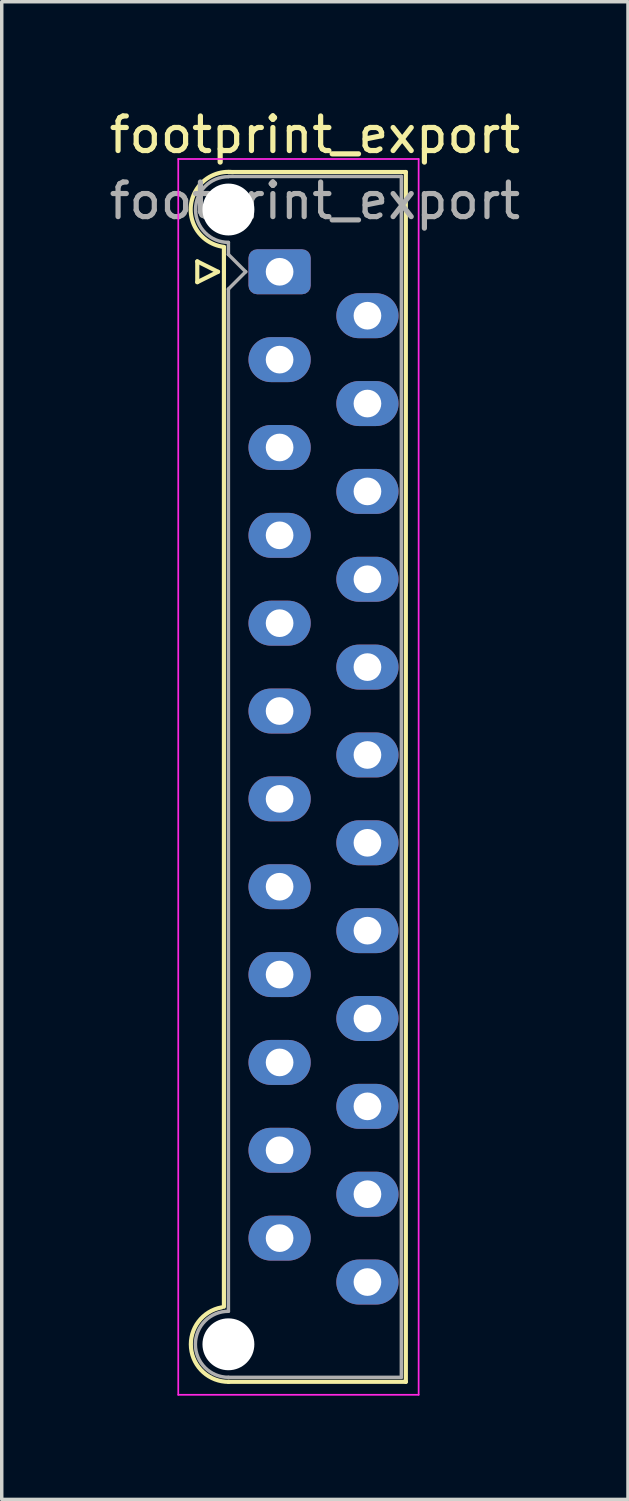
<source format=kicad_pcb>
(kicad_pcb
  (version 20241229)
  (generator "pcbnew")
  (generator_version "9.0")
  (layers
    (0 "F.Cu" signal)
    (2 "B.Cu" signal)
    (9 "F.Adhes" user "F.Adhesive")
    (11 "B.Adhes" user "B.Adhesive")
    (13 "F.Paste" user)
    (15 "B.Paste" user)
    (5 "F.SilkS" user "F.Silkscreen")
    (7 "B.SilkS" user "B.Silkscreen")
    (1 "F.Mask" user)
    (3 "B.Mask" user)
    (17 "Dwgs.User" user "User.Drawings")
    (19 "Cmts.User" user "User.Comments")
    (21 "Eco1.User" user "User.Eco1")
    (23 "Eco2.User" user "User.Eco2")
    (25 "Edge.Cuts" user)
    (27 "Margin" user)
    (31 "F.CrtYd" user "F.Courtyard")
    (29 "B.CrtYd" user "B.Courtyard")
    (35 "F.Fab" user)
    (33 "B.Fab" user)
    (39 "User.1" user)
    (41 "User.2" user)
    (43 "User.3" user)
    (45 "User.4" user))
  (footprint "footprint_export"
    (layer "F.Cu")
    (at 5.034 4.808)
    (property "Reference" "footprint_export" (at 1.02 -3.96 0) (layer "F.SilkS") (effects (font (size 1 1) (thickness 0.15))))
    (attr through_hole)
    (fp_line (start -2.38 -0.3) (end -2.38 0.3) (stroke (width 0.12) (type solid)) (layer "F.SilkS"))
    (fp_line (start -2.38 0.3) (end -1.78 0) (stroke (width 0.12) (type solid)) (layer "F.SilkS"))
    (fp_line (start -1.78 0) (end -2.38 -0.3) (stroke (width 0.12) (type solid)) (layer "F.SilkS"))
    (fp_line (start -1.61 -0.715) (end -1.61 29.925) (stroke (width 0.12) (type solid)) (layer "F.SilkS"))
    (fp_line (start -1.48 -2.885) (end 3.65 -2.885) (stroke (width 0.12) (type solid)) (layer "F.SilkS"))
    (fp_line (start 3.65 -2.885) (end 3.65 32.095) (stroke (width 0.12) (type solid)) (layer "F.SilkS"))
    (fp_line (start 3.65 32.095) (end -1.48 32.095) (stroke (width 0.12) (type solid)) (layer "F.SilkS"))
    (fp_arc (start -1.61 -0.72) (mid -2.56 -1.93) (end -1.35 -2.88) (stroke (width 0.12) (type solid)) (layer "F.SilkS"))
    (fp_arc (start -1.47 32.095) (mid -2.56 31.114526) (end -1.678256 29.94322) (stroke (width 0.12) (type solid)) (layer "F.SilkS"))
    (fp_line (start -2.93 -3.26) (end -2.93 32.47) (stroke (width 0.05) (type solid)) (layer "F.CrtYd"))
    (fp_line (start -2.93 32.47) (end 4.02 32.47) (stroke (width 0.05) (type solid)) (layer "F.CrtYd"))
    (fp_line (start 4.02 -3.26) (end -2.93 -3.26) (stroke (width 0.05) (type solid)) (layer "F.CrtYd"))
    (fp_line (start 4.02 32.47) (end 4.02 -3.26) (stroke (width 0.05) (type solid)) (layer "F.CrtYd"))
    (fp_line (start -1.48 -2.755) (end 3.52 -2.755) (stroke (width 0.1) (type solid)) (layer "F.Fab"))
    (fp_line (start -1.48 -0.845) (end -1.48 -0.5) (stroke (width 0.1) (type solid)) (layer "F.Fab"))
    (fp_line (start -1.48 -0.5) (end -0.98 0) (stroke (width 0.1) (type solid)) (layer "F.Fab"))
    (fp_line (start -1.48 0.5) (end -1.48 30.055) (stroke (width 0.1) (type solid)) (layer "F.Fab"))
    (fp_line (start -0.98 0) (end -1.48 0.5) (stroke (width 0.1) (type solid)) (layer "F.Fab"))
    (fp_line (start 3.52 -2.755) (end 3.52 31.965) (stroke (width 0.1) (type solid)) (layer "F.Fab"))
    (fp_line (start 3.52 31.965) (end -1.48 31.965) (stroke (width 0.1) (type solid)) (layer "F.Fab"))
    (fp_arc (start -1.48 -0.85) (mid -2.43 -1.8) (end -1.48 -2.75) (stroke (width 0.1) (type solid)) (layer "F.Fab"))
    (fp_arc (start -1.48 31.965) (mid -2.435 31.01) (end -1.48 30.055) (stroke (width 0.1) (type solid)) (layer "F.Fab"))
    (fp_text user "${REFERENCE}" (at 1.02 -2.05 0) (layer "F.Fab") (effects (font (size 1 1) (thickness 0.15))))
    (pad "" np_thru_hole circle (at -1.48 -1.8) (size 1.5 1.5) (drill 1.5) (layers "*.Cu" "*.Mask"))
    (pad "" np_thru_hole circle (at -1.48 31.01) (size 1.5 1.5) (drill 1.5) (layers "*.Cu" "*.Mask"))
    (pad "1" thru_hole roundrect (at 0 0) (size 1.8 1.3) (drill 0.8) (layers "*.Cu" "*.Mask") (roundrect_rratio 0.192))
    (pad "2" thru_hole oval (at 2.54 1.27) (size 1.8 1.3) (drill 0.8) (layers "*.Cu" "*.Mask"))
    (pad "3" thru_hole oval (at 0 2.54) (size 1.8 1.3) (drill 0.8) (layers "*.Cu" "*.Mask"))
    (pad "4" thru_hole oval (at 2.54 3.81) (size 1.8 1.3) (drill 0.8) (layers "*.Cu" "*.Mask"))
    (pad "5" thru_hole oval (at 0 5.08) (size 1.8 1.3) (drill 0.8) (layers "*.Cu" "*.Mask"))
    (pad "6" thru_hole oval (at 2.54 6.35) (size 1.8 1.3) (drill 0.8) (layers "*.Cu" "*.Mask"))
    (pad "7" thru_hole oval (at 0 7.62) (size 1.8 1.3) (drill 0.8) (layers "*.Cu" "*.Mask"))
    (pad "8" thru_hole oval (at 2.54 8.89) (size 1.8 1.3) (drill 0.8) (layers "*.Cu" "*.Mask"))
    (pad "9" thru_hole oval (at 0 10.16) (size 1.8 1.3) (drill 0.8) (layers "*.Cu" "*.Mask"))
    (pad "10" thru_hole oval (at 2.54 11.43) (size 1.8 1.3) (drill 0.8) (layers "*.Cu" "*.Mask"))
    (pad "11" thru_hole oval (at 0 12.7) (size 1.8 1.3) (drill 0.8) (layers "*.Cu" "*.Mask"))
    (pad "12" thru_hole oval (at 2.54 13.97) (size 1.8 1.3) (drill 0.8) (layers "*.Cu" "*.Mask"))
    (pad "13" thru_hole oval (at 0 15.24) (size 1.8 1.3) (drill 0.8) (layers "*.Cu" "*.Mask"))
    (pad "14" thru_hole oval (at 2.54 16.51) (size 1.8 1.3) (drill 0.8) (layers "*.Cu" "*.Mask"))
    (pad "15" thru_hole oval (at 0 17.78) (size 1.8 1.3) (drill 0.8) (layers "*.Cu" "*.Mask"))
    (pad "16" thru_hole oval (at 2.54 19.05) (size 1.8 1.3) (drill 0.8) (layers "*.Cu" "*.Mask"))
    (pad "17" thru_hole oval (at 0 20.32) (size 1.8 1.3) (drill 0.8) (layers "*.Cu" "*.Mask"))
    (pad "18" thru_hole oval (at 2.54 21.59) (size 1.8 1.3) (drill 0.8) (layers "*.Cu" "*.Mask"))
    (pad "19" thru_hole oval (at 0 22.86) (size 1.8 1.3) (drill 0.8) (layers "*.Cu" "*.Mask"))
    (pad "20" thru_hole oval (at 2.54 24.13) (size 1.8 1.3) (drill 0.8) (layers "*.Cu" "*.Mask"))
    (pad "21" thru_hole oval (at 0 25.4) (size 1.8 1.3) (drill 0.8) (layers "*.Cu" "*.Mask"))
    (pad "22" thru_hole oval (at 2.54 26.67) (size 1.8 1.3) (drill 0.8) (layers "*.Cu" "*.Mask"))
    (pad "23" thru_hole oval (at 0 27.94) (size 1.8 1.3) (drill 0.8) (layers "*.Cu" "*.Mask"))
    (pad "24" thru_hole oval (at 2.54 29.21) (size 1.8 1.3) (drill 0.8) (layers "*.Cu" "*.Mask")))
  (gr_rect
    (start -3 -3)
    (end 15.107 40.303)
    (stroke (width 0.1) (type default))
    (fill no)
    (layer "Edge.Cuts")))
</source>
